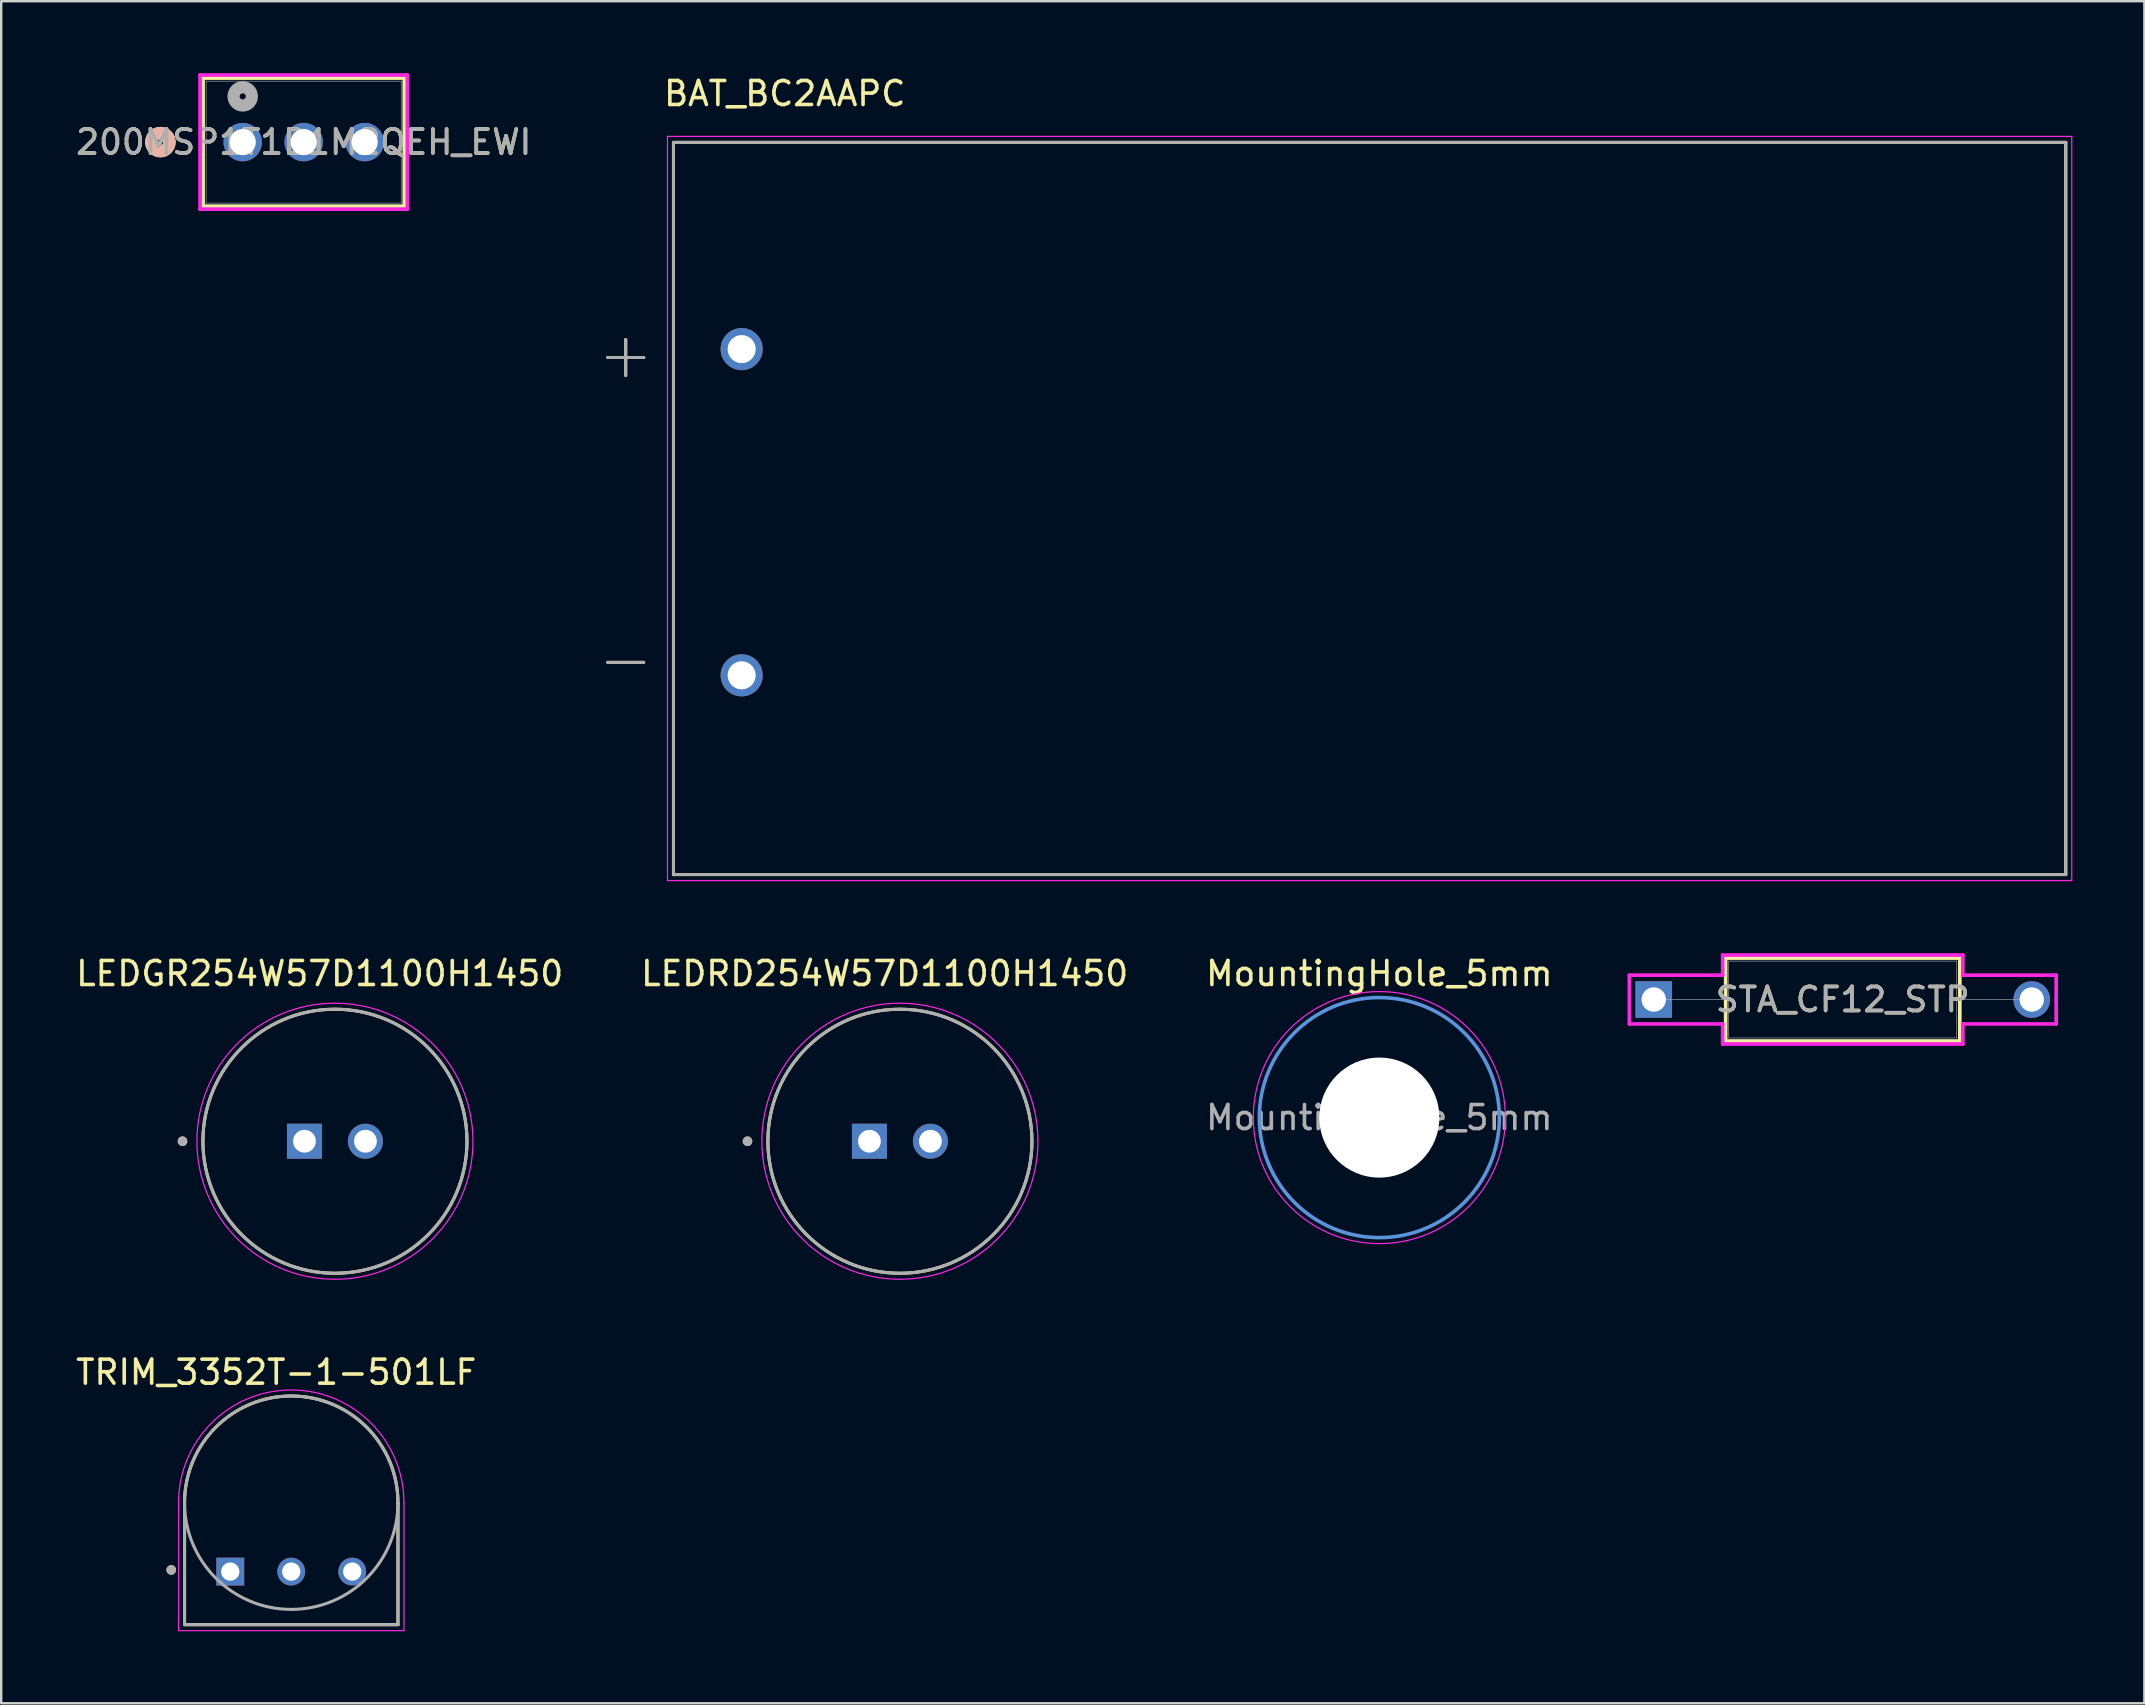
<source format=kicad_pcb>
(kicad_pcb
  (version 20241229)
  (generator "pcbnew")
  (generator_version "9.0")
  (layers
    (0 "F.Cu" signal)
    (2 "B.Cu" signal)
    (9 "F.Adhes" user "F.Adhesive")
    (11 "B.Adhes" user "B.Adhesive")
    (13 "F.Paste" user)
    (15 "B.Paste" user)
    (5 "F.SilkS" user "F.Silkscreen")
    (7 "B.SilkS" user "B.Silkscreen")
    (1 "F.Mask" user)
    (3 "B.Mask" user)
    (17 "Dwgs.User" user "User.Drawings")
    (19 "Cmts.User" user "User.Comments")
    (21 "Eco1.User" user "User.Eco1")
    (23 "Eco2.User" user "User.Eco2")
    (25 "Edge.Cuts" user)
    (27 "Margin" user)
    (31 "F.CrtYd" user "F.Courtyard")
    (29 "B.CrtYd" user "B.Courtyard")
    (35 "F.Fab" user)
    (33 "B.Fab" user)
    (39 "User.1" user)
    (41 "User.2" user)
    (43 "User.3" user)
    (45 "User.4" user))
  (footprint "LEDGR254W57D1100H1450"
    (layer "F.Cu")
    (at 10.903 44.492)
    (property "Reference" "LEDGR254W57D1100H1450" (at -0.635 -6.985 0) (layer "F.SilkS") (effects (font (size 1 1) (thickness 0.15))))
    (attr through_hole)
    (fp_circle (center -6.35 0) (end -6.25 0) (stroke (width 0.2) (type solid)) (fill no) (layer "F.SilkS"))
    (fp_circle (center 0 0) (end 5.5 0) (stroke (width 0.127) (type solid)) (fill no) (layer "F.SilkS"))
    (fp_circle (center 0 0) (end 5.75 0) (stroke (width 0.05) (type solid)) (fill no) (layer "F.CrtYd"))
    (fp_circle (center -6.35 0) (end -6.25 0) (stroke (width 0.2) (type solid)) (fill no) (layer "F.Fab"))
    (fp_circle (center 0 0) (end 5.5 0) (stroke (width 0.127) (type solid)) (fill no) (layer "F.Fab"))
    (pad "1" thru_hole rect (at -1.27 0) (size 1.458 1.458) (drill 0.95) (layers "*.Cu" "*.Mask"))
    (pad "2" thru_hole circle (at 1.27 0) (size 1.458 1.458) (drill 0.95) (layers "*.Cu" "*.Mask")))
  (footprint "MountingHole_5mm"
    (layer "F.Cu")
    (at 54.411 43.507)
    (property "Reference" "MountingHole_5mm" (at 0 -6 0) (layer "F.SilkS") (effects (font (size 1 1) (thickness 0.15))))
    (attr exclude_from_pos_files)
    (fp_circle (center 0 0) (end 5 0) (stroke (width 0.15) (type solid)) (fill no) (layer "Cmts.User"))
    (fp_circle (center 0 0) (end 5.25 0) (stroke (width 0.05) (type solid)) (fill no) (layer "F.CrtYd"))
    (fp_text user "${REFERENCE}" (at 0 0 0) (layer "F.Fab") (effects (font (size 1 1) (thickness 0.15))))
    (pad "" np_thru_hole circle (at 0 0) (size 5 5) (drill 5) (layers "*.Cu" "*.Mask")))
  (footprint "200MSP1T1B1M2QEH_EWI"
    (layer "F.Cu")
    (at 7.061 2.87)
    (property "Reference" "200MSP1T1B1M2QEH_EWI" (at 2.54 0 0) (unlocked yes) (layer "F.SilkS") (effects (font (size 1 1) (thickness 0.15))))
    (attr through_hole)
    (fp_line (start -1.651 -2.667) (end -1.651 2.667) (stroke (width 0.152) (type solid)) (layer "F.SilkS"))
    (fp_line (start -1.651 2.667) (end 6.731 2.667) (stroke (width 0.152) (type solid)) (layer "F.SilkS"))
    (fp_line (start 6.731 -2.667) (end -1.651 -2.667) (stroke (width 0.152) (type solid)) (layer "F.SilkS"))
    (fp_line (start 6.731 2.667) (end 6.731 -2.667) (stroke (width 0.152) (type solid)) (layer "F.SilkS"))
    (fp_circle (center -3.429 0) (end -3.048 0) (stroke (width 0.508) (type solid)) (fill no) (layer "F.SilkS"))
    (fp_circle (center -3.429 0) (end -3.048 0) (stroke (width 0.508) (type solid)) (fill no) (layer "B.SilkS"))
    (fp_line (start -1.778 -2.794) (end -1.778 2.794) (stroke (width 0.152) (type solid)) (layer "F.CrtYd"))
    (fp_line (start -1.778 2.794) (end 6.858 2.794) (stroke (width 0.152) (type solid)) (layer "F.CrtYd"))
    (fp_line (start 6.858 -2.794) (end -1.778 -2.794) (stroke (width 0.152) (type solid)) (layer "F.CrtYd"))
    (fp_line (start 6.858 2.794) (end 6.858 -2.794) (stroke (width 0.152) (type solid)) (layer "F.CrtYd"))
    (fp_line (start -1.524 -2.54) (end -1.524 2.54) (stroke (width 0.025) (type solid)) (layer "F.Fab"))
    (fp_line (start -1.524 2.54) (end 6.604 2.54) (stroke (width 0.025) (type solid)) (layer "F.Fab"))
    (fp_line (start 6.604 -2.54) (end -1.524 -2.54) (stroke (width 0.025) (type solid)) (layer "F.Fab"))
    (fp_line (start 6.604 2.54) (end 6.604 -2.54) (stroke (width 0.025) (type solid)) (layer "F.Fab"))
    (fp_circle (center 0 -1.905) (end 0.381 -1.905) (stroke (width 0.508) (type solid)) (fill no) (layer "F.Fab"))
    (fp_text user "${REFERENCE}" (at 2.54 0 0) (unlocked yes) (layer "F.Fab") (effects (font (size 1 1) (thickness 0.15))))
    (pad "1" thru_hole circle (at 0 0) (size 1.6 1.6) (drill 1.092) (layers "*.Cu" "*.Mask"))
    (pad "2" thru_hole circle (at 2.54 0) (size 1.6 1.6) (drill 1.092) (layers "*.Cu" "*.Mask"))
    (pad "3" thru_hole circle (at 5.08 0) (size 1.6 1.6) (drill 1.092) (layers "*.Cu" "*.Mask")))
  (footprint "LEDRD254W57D1100H1450"
    (layer "F.Cu")
    (at 34.439 44.492)
    (property "Reference" "LEDRD254W57D1100H1450" (at -0.635 -6.985 0) (layer "F.SilkS") (effects (font (size 1 1) (thickness 0.15))))
    (attr through_hole)
    (fp_circle (center -6.35 0) (end -6.25 0) (stroke (width 0.2) (type solid)) (fill no) (layer "F.SilkS"))
    (fp_circle (center 0 0) (end 5.5 0) (stroke (width 0.127) (type solid)) (fill no) (layer "F.SilkS"))
    (fp_circle (center 0 0) (end 5.75 0) (stroke (width 0.05) (type solid)) (fill no) (layer "F.CrtYd"))
    (fp_circle (center -6.35 0) (end -6.25 0) (stroke (width 0.2) (type solid)) (fill no) (layer "F.Fab"))
    (fp_circle (center 0 0) (end 5.5 0) (stroke (width 0.127) (type solid)) (fill no) (layer "F.Fab"))
    (pad "1" thru_hole rect (at -1.27 0) (size 1.458 1.458) (drill 0.95) (layers "*.Cu" "*.Mask"))
    (pad "2" thru_hole circle (at 1.27 0) (size 1.458 1.458) (drill 0.95) (layers "*.Cu" "*.Mask")))
  (footprint "BAT_BC2AAPC"
    (layer "F.Cu")
    (at 54.006 18.133)
    (property "Reference" "BAT_BC2AAPC" (at -24.365 -17.285 0) (layer "F.SilkS") (effects (font (size 1 1) (thickness 0.15))))
    (attr through_hole)
    (fp_line (start -31.74 -6.29) (end -30.24 -6.29) (stroke (width 0.127) (type solid)) (layer "F.SilkS"))
    (fp_line (start -31.74 6.41) (end -30.24 6.41) (stroke (width 0.127) (type solid)) (layer "F.SilkS"))
    (fp_line (start -30.99 -5.54) (end -30.99 -7.04) (stroke (width 0.127) (type solid)) (layer "F.SilkS"))
    (fp_line (start -29 -15.25) (end 29 -15.25) (stroke (width 0.127) (type solid)) (layer "F.SilkS"))
    (fp_line (start -29 15.25) (end -29 -15.25) (stroke (width 0.127) (type solid)) (layer "F.SilkS"))
    (fp_line (start 29 -15.25) (end 29 15.25) (stroke (width 0.127) (type solid)) (layer "F.SilkS"))
    (fp_line (start 29 15.25) (end -29 15.25) (stroke (width 0.127) (type solid)) (layer "F.SilkS"))
    (fp_line (start -29.25 -15.5) (end -29.25 15.5) (stroke (width 0.05) (type solid)) (layer "F.CrtYd"))
    (fp_line (start -29.25 15.5) (end 29.25 15.5) (stroke (width 0.05) (type solid)) (layer "F.CrtYd"))
    (fp_line (start 29.25 -15.5) (end -29.25 -15.5) (stroke (width 0.05) (type solid)) (layer "F.CrtYd"))
    (fp_line (start 29.25 15.5) (end 29.25 -15.5) (stroke (width 0.05) (type solid)) (layer "F.CrtYd"))
    (fp_line (start -31.74 -6.29) (end -30.24 -6.29) (stroke (width 0.127) (type solid)) (layer "F.Fab"))
    (fp_line (start -31.74 6.41) (end -30.24 6.41) (stroke (width 0.127) (type solid)) (layer "F.Fab"))
    (fp_line (start -30.99 -5.54) (end -30.99 -7.04) (stroke (width 0.127) (type solid)) (layer "F.Fab"))
    (fp_line (start -29 -15.25) (end 29 -15.25) (stroke (width 0.127) (type solid)) (layer "F.Fab"))
    (fp_line (start -29 15.25) (end -29 -15.25) (stroke (width 0.127) (type solid)) (layer "F.Fab"))
    (fp_line (start 29 -15.25) (end 29 15.25) (stroke (width 0.127) (type solid)) (layer "F.Fab"))
    (fp_line (start 29 15.25) (end -29 15.25) (stroke (width 0.127) (type solid)) (layer "F.Fab"))
    (pad "+" thru_hole circle (at -26.16 -6.64) (size 1.755 1.755) (drill 1.17) (layers "*.Cu" "*.Mask"))
    (pad "-" thru_hole circle (at -26.16 6.95) (size 1.755 1.755) (drill 1.17) (layers "*.Cu" "*.Mask")))
  (footprint "TRIM_3352T-1-501LF"
    (layer "F.Cu")
    (at 9.083 59.55)
    (property "Reference" "TRIM_3352T-1-501LF" (at -0.625 -5.435 0) (layer "F.SilkS") (effects (font (size 1 1) (thickness 0.15))))
    (attr through_hole)
    (fp_line (start -4.445 0) (end -4.445 5.08) (stroke (width 0.127) (type solid)) (layer "F.SilkS"))
    (fp_line (start -4.445 5.08) (end 4.445 5.08) (stroke (width 0.127) (type solid)) (layer "F.SilkS"))
    (fp_line (start 4.445 0) (end 4.445 5.08) (stroke (width 0.127) (type solid)) (layer "F.SilkS"))
    (fp_arc (start -4.445 0) (mid 0 -4.445) (end 4.445 0) (stroke (width 0.127) (type solid)) (layer "F.SilkS"))
    (fp_circle (center -5 2.8) (end -4.9 2.8) (stroke (width 0.2) (type solid)) (fill no) (layer "F.SilkS"))
    (fp_line (start -4.695 0) (end -4.695 5.33) (stroke (width 0.05) (type solid)) (layer "F.CrtYd"))
    (fp_line (start -4.695 5.33) (end 4.695 5.33) (stroke (width 0.05) (type solid)) (layer "F.CrtYd"))
    (fp_line (start 4.695 5.33) (end 4.695 0) (stroke (width 0.05) (type solid)) (layer "F.CrtYd"))
    (fp_arc (start -4.695 0) (mid 0 -4.695) (end 4.695 0) (stroke (width 0.05) (type solid)) (layer "F.CrtYd"))
    (fp_line (start -4.445 0) (end -4.445 5.08) (stroke (width 0.127) (type solid)) (layer "F.Fab"))
    (fp_line (start -4.445 5.08) (end 4.445 5.08) (stroke (width 0.127) (type solid)) (layer "F.Fab"))
    (fp_line (start 4.445 5.08) (end 4.445 0) (stroke (width 0.127) (type solid)) (layer "F.Fab"))
    (fp_circle (center -5 2.8) (end -4.9 2.8) (stroke (width 0.2) (type solid)) (fill no) (layer "F.Fab"))
    (fp_circle (center 0 0) (end 4.445 0) (stroke (width 0.127) (type solid)) (fill no) (layer "F.Fab"))
    (pad "1" thru_hole rect (at -2.54 2.87) (size 1.16 1.16) (drill 0.76) (layers "*.Cu" "*.Mask"))
    (pad "2" thru_hole circle (at 0 2.87) (size 1.16 1.16) (drill 0.76) (layers "*.Cu" "*.Mask"))
    (pad "3" thru_hole circle (at 2.54 2.87) (size 1.16 1.16) (drill 0.76) (layers "*.Cu" "*.Mask")))
  (footprint "STA_CF12_STP"
    (layer "F.Cu")
    (at 65.842 38.589)
    (property "Reference" "STA_CF12_STP" (at 7.874 0 0) (unlocked yes) (layer "F.SilkS") (effects (font (size 1 1) (thickness 0.15))))
    (attr through_hole)
    (fp_line (start 2.997 -1.727) (end 2.997 1.727) (stroke (width 0.152) (type solid)) (layer "F.SilkS"))
    (fp_line (start 2.997 1.727) (end 12.751 1.727) (stroke (width 0.152) (type solid)) (layer "F.SilkS"))
    (fp_line (start 12.751 -1.727) (end 2.997 -1.727) (stroke (width 0.152) (type solid)) (layer "F.SilkS"))
    (fp_line (start 12.751 1.727) (end 12.751 -1.727) (stroke (width 0.152) (type solid)) (layer "F.SilkS"))
    (fp_line (start -1.016 -1.016) (end 2.87 -1.016) (stroke (width 0.152) (type solid)) (layer "F.CrtYd"))
    (fp_line (start -1.016 1.016) (end -1.016 -1.016) (stroke (width 0.152) (type solid)) (layer "F.CrtYd"))
    (fp_line (start 2.87 -1.854) (end 12.878 -1.854) (stroke (width 0.152) (type solid)) (layer "F.CrtYd"))
    (fp_line (start 2.87 -1.016) (end 2.87 -1.854) (stroke (width 0.152) (type solid)) (layer "F.CrtYd"))
    (fp_line (start 2.87 1.016) (end -1.016 1.016) (stroke (width 0.152) (type solid)) (layer "F.CrtYd"))
    (fp_line (start 2.87 1.854) (end 2.87 1.016) (stroke (width 0.152) (type solid)) (layer "F.CrtYd"))
    (fp_line (start 12.878 -1.854) (end 12.878 -1.016) (stroke (width 0.152) (type solid)) (layer "F.CrtYd"))
    (fp_line (start 12.878 -1.016) (end 16.764 -1.016) (stroke (width 0.152) (type solid)) (layer "F.CrtYd"))
    (fp_line (start 12.878 1.016) (end 12.878 1.854) (stroke (width 0.152) (type solid)) (layer "F.CrtYd"))
    (fp_line (start 12.878 1.854) (end 2.87 1.854) (stroke (width 0.152) (type solid)) (layer "F.CrtYd"))
    (fp_line (start 16.764 -1.016) (end 16.764 1.016) (stroke (width 0.152) (type solid)) (layer "F.CrtYd"))
    (fp_line (start 16.764 1.016) (end 12.878 1.016) (stroke (width 0.152) (type solid)) (layer "F.CrtYd"))
    (fp_line (start 0 0) (end 3.124 0) (stroke (width 0.025) (type solid)) (layer "F.Fab"))
    (fp_line (start 3.124 -1.6) (end 3.124 1.6) (stroke (width 0.025) (type solid)) (layer "F.Fab"))
    (fp_line (start 3.124 1.6) (end 12.624 1.6) (stroke (width 0.025) (type solid)) (layer "F.Fab"))
    (fp_line (start 12.624 -1.6) (end 3.124 -1.6) (stroke (width 0.025) (type solid)) (layer "F.Fab"))
    (fp_line (start 12.624 1.6) (end 12.624 -1.6) (stroke (width 0.025) (type solid)) (layer "F.Fab"))
    (fp_line (start 15.748 0) (end 12.624 0) (stroke (width 0.025) (type solid)) (layer "F.Fab"))
    (fp_text user "${REFERENCE}" (at 7.874 0 0) (unlocked yes) (layer "F.Fab") (effects (font (size 1 1) (thickness 0.15))))
    (pad "1" thru_hole rect (at 0 0) (size 1.524 1.524) (drill 1.016) (layers "*.Cu" "*.Mask"))
    (pad "2" thru_hole circle (at 15.748 0) (size 1.524 1.524) (drill 1.016) (layers "*.Cu" "*.Mask")))
  (gr_rect
    (start -3 -3)
    (end 86.281 67.905)
    (stroke (width 0.1) (type default))
    (fill no)
    (layer "Edge.Cuts")))
</source>
